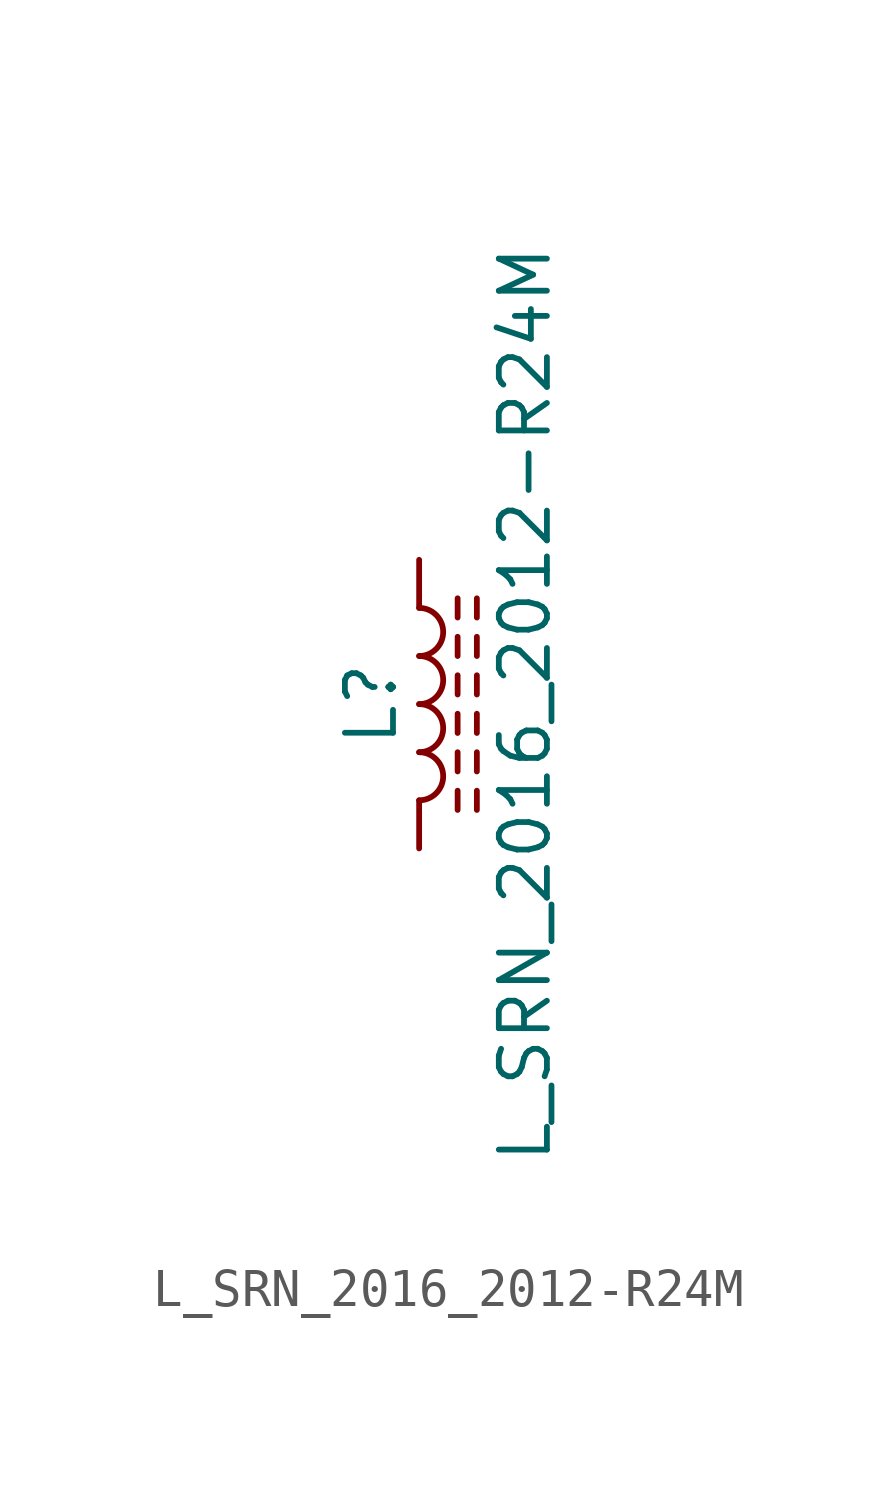
<source format=kicad_sym>
(kicad_symbol_lib
  (version 20211014)
  (generator kicad_symbol_editor)
  (symbol "L_SRN_2016_2012-R24M"
    (pin_numbers hide)
    (pin_names
      (offset 1.016) hide)
    (property "Reference" "L"
      (at -1.27 0 90)
      (effects (font (size 1.27 1.27))))
    (property "Value" "L_SRN_2016_2012-R24M"
      (at 2.794 0 90)
      (effects (font (size 1.27 1.27))))
    (symbol "L_SRN_2016_2012-R24M_0_1"
      (arc (start 0 -2.54) (mid 0.635 -1.905) (end 0 -1.27) (stroke (width 0) (type default) (color 0 0 0 0)) (fill (type none)))
      (arc (start 0 -1.27) (mid 0.635 -0.635) (end 0 0) (stroke (width 0) (type default) (color 0 0 0 0)) (fill (type none)))
      (polyline (pts (xy 1.016 -2.794) (xy 1.016 -2.286)) (stroke (width 0) (type default) (color 0 0 0 0)) (fill (type none)))
      (polyline (pts (xy 1.016 -1.778) (xy 1.016 -1.27)) (stroke (width 0) (type default) (color 0 0 0 0)) (fill (type none)))
      (polyline (pts (xy 1.016 -0.762) (xy 1.016 -0.254)) (stroke (width 0) (type default) (color 0 0 0 0)) (fill (type none)))
      (polyline (pts (xy 1.016 0.254) (xy 1.016 0.762)) (stroke (width 0) (type default) (color 0 0 0 0)) (fill (type none)))
      (polyline (pts (xy 1.016 1.27) (xy 1.016 1.778)) (stroke (width 0) (type default) (color 0 0 0 0)) (fill (type none)))
      (polyline (pts (xy 1.016 2.286) (xy 1.016 2.794)) (stroke (width 0) (type default) (color 0 0 0 0)) (fill (type none)))
      (polyline (pts (xy 1.524 -2.286) (xy 1.524 -2.794)) (stroke (width 0) (type default) (color 0 0 0 0)) (fill (type none)))
      (polyline (pts (xy 1.524 -1.27) (xy 1.524 -1.778)) (stroke (width 0) (type default) (color 0 0 0 0)) (fill (type none)))
      (polyline (pts (xy 1.524 -0.254) (xy 1.524 -0.762)) (stroke (width 0) (type default) (color 0 0 0 0)) (fill (type none)))
      (polyline (pts (xy 1.524 0.762) (xy 1.524 0.254)) (stroke (width 0) (type default) (color 0 0 0 0)) (fill (type none)))
      (polyline (pts (xy 1.524 1.778) (xy 1.524 1.27)) (stroke (width 0) (type default) (color 0 0 0 0)) (fill (type none)))
      (polyline (pts (xy 1.524 2.794) (xy 1.524 2.286)) (stroke (width 0) (type default) (color 0 0 0 0)) (fill (type none)))
      (arc (start 0 0) (mid 0.635 0.635) (end 0 1.27) (stroke (width 0) (type default) (color 0 0 0 0)) (fill (type none)))
      (arc (start 0 1.27) (mid 0.635 1.905) (end 0 2.54) (stroke (width 0) (type default) (color 0 0 0 0)) (fill (type none))))
    (symbol "L_SRN_2016_2012-R24M_1_1"
      (pin passive line (at 0 3.81 270) (length 1.27) (name "1" (effects (font (size 1.27 1.27)))) (number "1" (effects (font (size 1.27 1.27)))))
      (pin passive line (at 0 -3.81 90) (length 1.27) (name "2" (effects (font (size 1.27 1.27)))) (number "2" (effects (font (size 1.27 1.27))))))))
</source>
